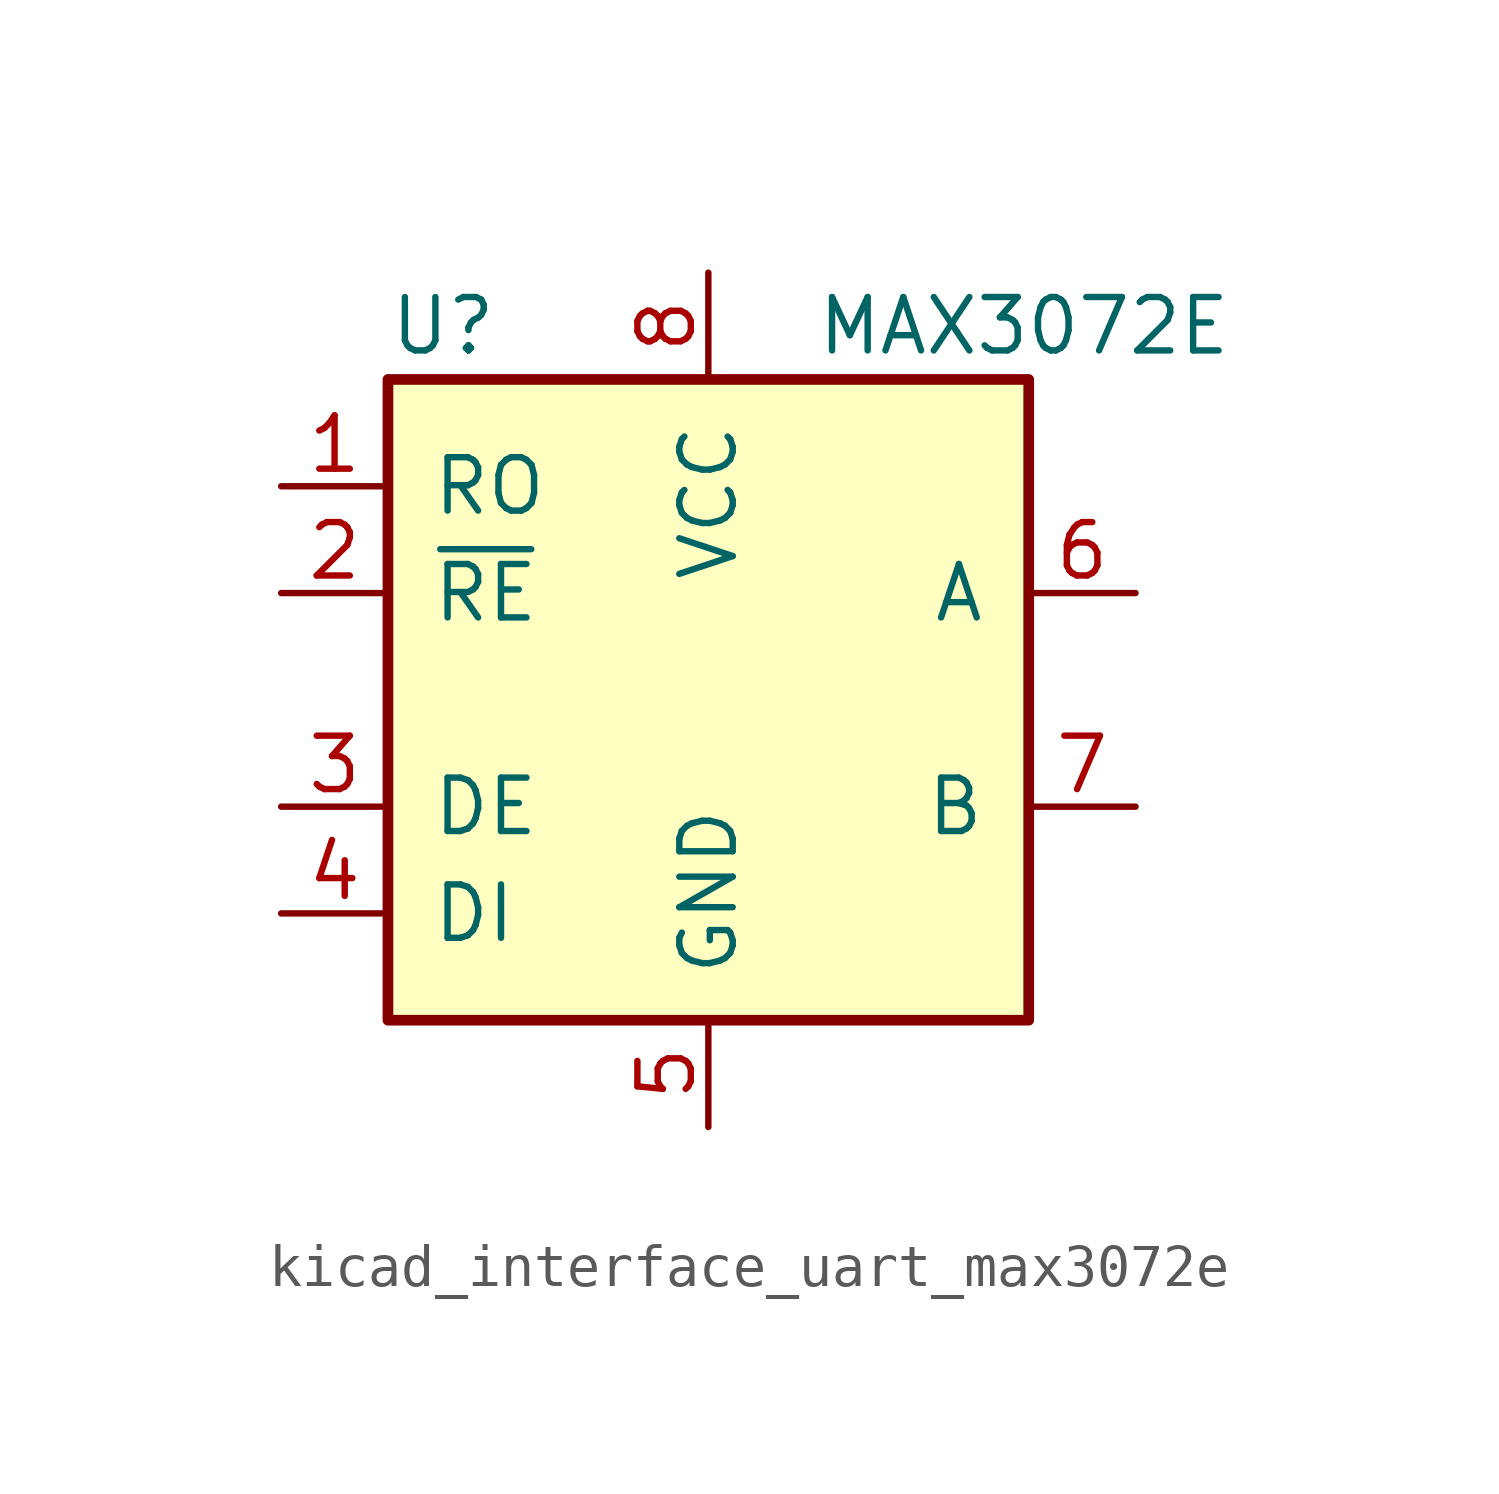
<source format=kicad_sym>
(kicad_symbol_lib
  (version 20220914)
  (generator kicad_symbol_editor)
  (symbol "kicad_interface_uart_max3072e"
    (pin_names
      (offset 1.016))
    (property "Reference" "U"
      (at -7.62 8.89 0)
      (effects (font (size 1.27 1.27)) (justify left)))
    (property "Value" "MAX3072E"
      (at 2.54 8.89 0)
      (effects (font (size 1.27 1.27)) (justify left)))
    (symbol "kicad_interface_uart_max3072e_0_1"
      (rectangle (start -7.62 7.62) (end 7.62 -7.62) (stroke (width 0.254) (type default)) (fill (type background))))
    (symbol "kicad_interface_uart_max3072e_1_1"
      (pin output line (at -10.16 5.08 0) (length 2.54) (name "RO" (effects (font (size 1.27 1.27)))) (number "1" (effects (font (size 1.27 1.27)))))
      (pin input line (at -10.16 2.54 0) (length 2.54) (name "~{RE}" (effects (font (size 1.27 1.27)))) (number "2" (effects (font (size 1.27 1.27)))))
      (pin input line (at -10.16 -2.54 0) (length 2.54) (name "DE" (effects (font (size 1.27 1.27)))) (number "3" (effects (font (size 1.27 1.27)))))
      (pin input line (at -10.16 -5.08 0) (length 2.54) (name "DI" (effects (font (size 1.27 1.27)))) (number "4" (effects (font (size 1.27 1.27)))))
      (pin power_in line (at 0 -10.16 90) (length 2.54) (name "GND" (effects (font (size 1.27 1.27)))) (number "5" (effects (font (size 1.27 1.27)))))
      (pin bidirectional line (at 10.16 2.54 180) (length 2.54) (name "A" (effects (font (size 1.27 1.27)))) (number "6" (effects (font (size 1.27 1.27)))))
      (pin bidirectional line (at 10.16 -2.54 180) (length 2.54) (name "B" (effects (font (size 1.27 1.27)))) (number "7" (effects (font (size 1.27 1.27)))))
      (pin power_in line (at 0 10.16 270) (length 2.54) (name "VCC" (effects (font (size 1.27 1.27)))) (number "8" (effects (font (size 1.27 1.27))))))))
</source>
